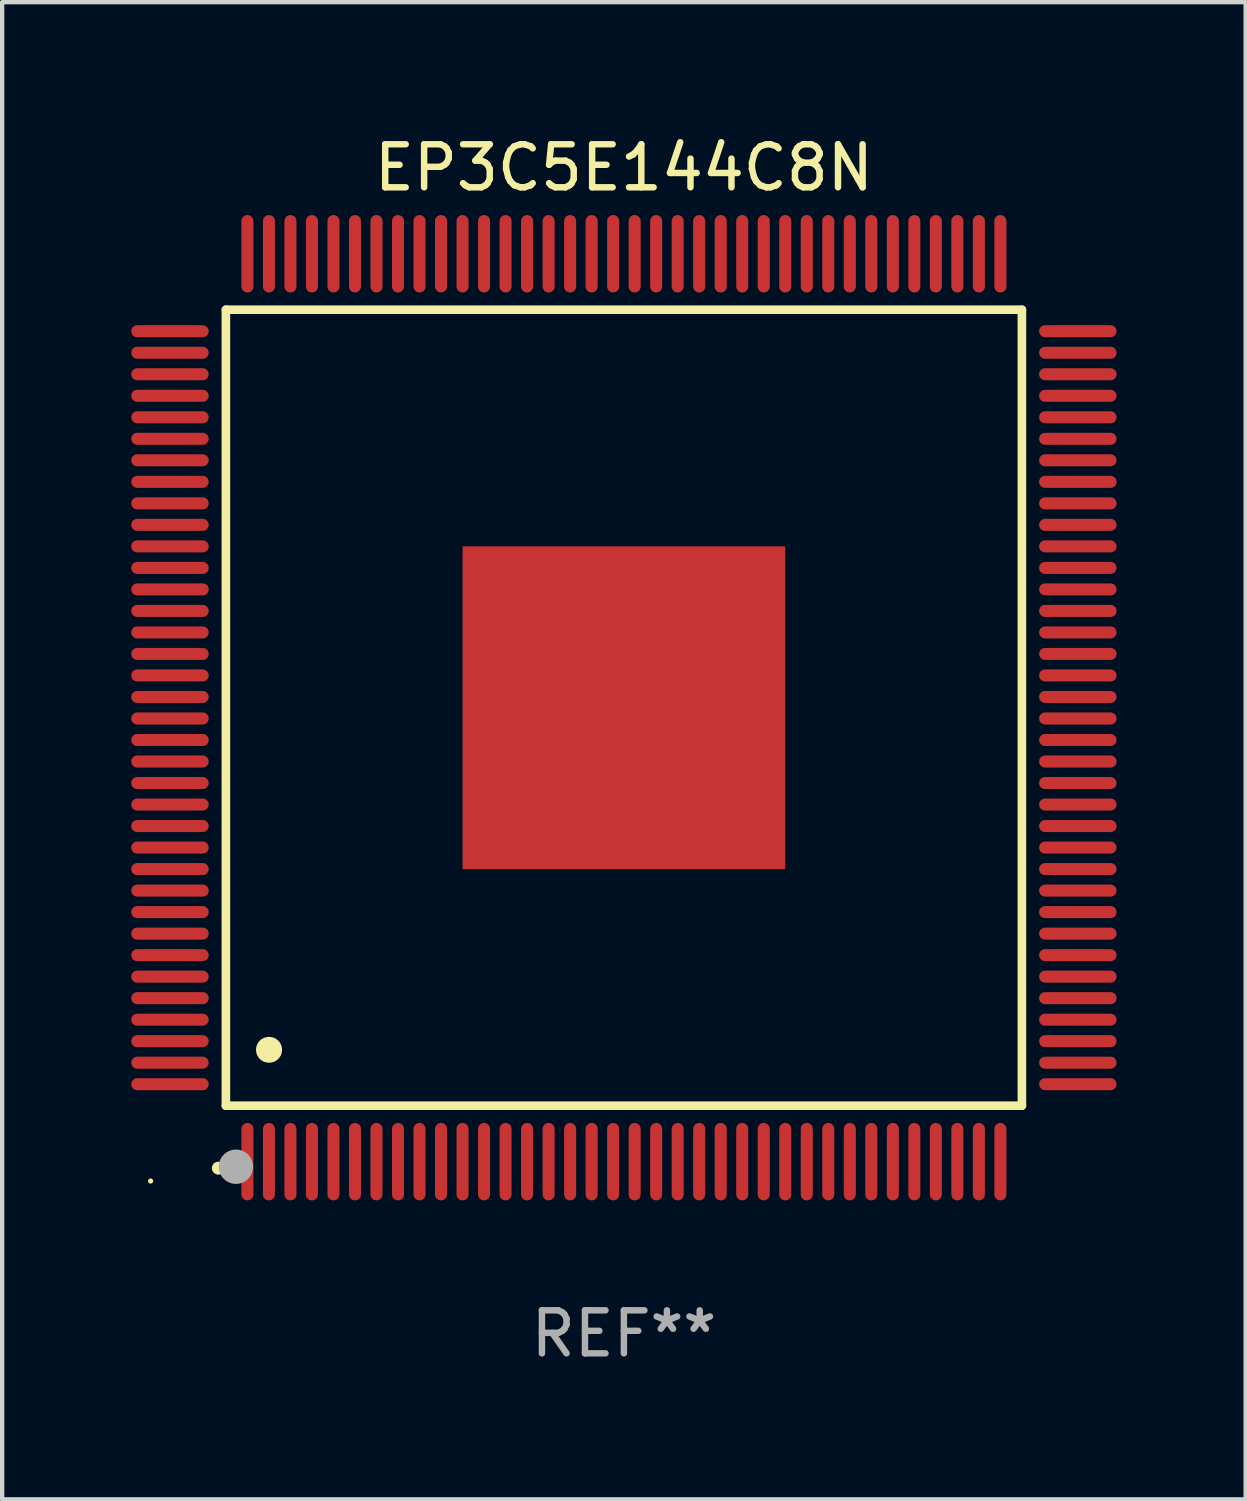
<source format=kicad_pcb>
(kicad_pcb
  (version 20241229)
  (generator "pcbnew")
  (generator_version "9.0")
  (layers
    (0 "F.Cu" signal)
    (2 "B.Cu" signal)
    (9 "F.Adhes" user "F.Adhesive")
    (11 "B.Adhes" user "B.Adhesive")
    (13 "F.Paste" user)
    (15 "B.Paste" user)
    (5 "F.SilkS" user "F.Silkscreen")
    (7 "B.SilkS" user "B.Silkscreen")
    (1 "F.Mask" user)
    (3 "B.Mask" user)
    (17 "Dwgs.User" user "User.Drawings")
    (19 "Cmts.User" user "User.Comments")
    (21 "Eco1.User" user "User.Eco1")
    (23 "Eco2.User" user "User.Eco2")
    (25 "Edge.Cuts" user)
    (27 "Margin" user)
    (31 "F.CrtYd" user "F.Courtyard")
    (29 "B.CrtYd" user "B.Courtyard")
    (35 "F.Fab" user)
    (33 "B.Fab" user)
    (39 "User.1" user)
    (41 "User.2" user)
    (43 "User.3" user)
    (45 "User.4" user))
  (footprint "EP3C5E144C8N"
    (layer "F.Cu")
    (at 11.45 13.398)
    (property "Reference" "EP3C5E144C8N" (at 0 -12.55 0) (layer "F.SilkS") (effects (font (size 1 1) (thickness 0.15))))
    (attr through_hole)
    (fp_line (start -9.25 -9.25) (end 9.25 -9.25) (stroke (width 0.2) (type solid)) (layer "F.SilkS"))
    (fp_line (start -9.25 9.25) (end -9.25 -9.25) (stroke (width 0.2) (type solid)) (layer "F.SilkS"))
    (fp_line (start 9.25 -9.25) (end 9.25 9.25) (stroke (width 0.2) (type solid)) (layer "F.SilkS"))
    (fp_line (start 9.25 9.25) (end -9.25 9.25) (stroke (width 0.2) (type solid)) (layer "F.SilkS"))
    (fp_arc (start -9.425959 10.701041) (mid -9.424689 10.701036) (end -9.423419 10.701041) (stroke (width 0.3) (type solid)) (layer "F.SilkS"))
    (fp_arc (start -8.249936 7.950216) (mid -8.247396 7.950205) (end -8.244856 7.950216) (stroke (width 0.6) (type solid)) (layer "F.SilkS"))
    (fp_circle (center -11 11) (end -10.97 11) (stroke (width 0.06) (type solid)) (fill no) (layer "F.SilkS"))
    (fp_circle (center -9.017 10.668) (end -8.817 10.668) (stroke (width 0.4) (type solid)) (fill no) (layer "F.Fab"))
    (fp_text user "REF**" (at 0 14.55 0) (layer "F.Fab") (effects (font (size 1 1) (thickness 0.15))))
    (pad "1" smd oval (at -8.75 10.55 180) (size 0.28 1.8) (layers "F.Cu" "F.Mask" "F.Paste"))
    (pad "2" smd oval (at -8.25 10.55 180) (size 0.28 1.8) (layers "F.Cu" "F.Mask" "F.Paste"))
    (pad "3" smd oval (at -7.75 10.55 180) (size 0.28 1.8) (layers "F.Cu" "F.Mask" "F.Paste"))
    (pad "4" smd oval (at -7.25 10.55 180) (size 0.28 1.8) (layers "F.Cu" "F.Mask" "F.Paste"))
    (pad "5" smd oval (at -6.75 10.55 180) (size 0.28 1.8) (layers "F.Cu" "F.Mask" "F.Paste"))
    (pad "6" smd oval (at -6.25 10.55 180) (size 0.28 1.8) (layers "F.Cu" "F.Mask" "F.Paste"))
    (pad "7" smd oval (at -5.75 10.55 180) (size 0.28 1.8) (layers "F.Cu" "F.Mask" "F.Paste"))
    (pad "8" smd oval (at -5.25 10.55 180) (size 0.28 1.8) (layers "F.Cu" "F.Mask" "F.Paste"))
    (pad "9" smd oval (at -4.75 10.55 180) (size 0.28 1.8) (layers "F.Cu" "F.Mask" "F.Paste"))
    (pad "10" smd oval (at -4.25 10.55 180) (size 0.28 1.8) (layers "F.Cu" "F.Mask" "F.Paste"))
    (pad "11" smd oval (at -3.75 10.55 180) (size 0.28 1.8) (layers "F.Cu" "F.Mask" "F.Paste"))
    (pad "12" smd oval (at -3.25 10.55 180) (size 0.28 1.8) (layers "F.Cu" "F.Mask" "F.Paste"))
    (pad "13" smd oval (at -2.75 10.55 180) (size 0.28 1.8) (layers "F.Cu" "F.Mask" "F.Paste"))
    (pad "14" smd oval (at -2.25 10.55 180) (size 0.28 1.8) (layers "F.Cu" "F.Mask" "F.Paste"))
    (pad "15" smd oval (at -1.75 10.55 180) (size 0.28 1.8) (layers "F.Cu" "F.Mask" "F.Paste"))
    (pad "16" smd oval (at -1.25 10.55 180) (size 0.28 1.8) (layers "F.Cu" "F.Mask" "F.Paste"))
    (pad "17" smd oval (at -0.75 10.55 180) (size 0.28 1.8) (layers "F.Cu" "F.Mask" "F.Paste"))
    (pad "18" smd oval (at -0.25 10.55 180) (size 0.28 1.8) (layers "F.Cu" "F.Mask" "F.Paste"))
    (pad "19" smd oval (at 0.25 10.55 180) (size 0.28 1.8) (layers "F.Cu" "F.Mask" "F.Paste"))
    (pad "20" smd oval (at 0.75 10.55 180) (size 0.28 1.8) (layers "F.Cu" "F.Mask" "F.Paste"))
    (pad "21" smd oval (at 1.25 10.55 180) (size 0.28 1.8) (layers "F.Cu" "F.Mask" "F.Paste"))
    (pad "22" smd oval (at 1.75 10.55 180) (size 0.28 1.8) (layers "F.Cu" "F.Mask" "F.Paste"))
    (pad "23" smd oval (at 2.25 10.55 180) (size 0.28 1.8) (layers "F.Cu" "F.Mask" "F.Paste"))
    (pad "24" smd oval (at 2.75 10.55 180) (size 0.28 1.8) (layers "F.Cu" "F.Mask" "F.Paste"))
    (pad "25" smd oval (at 3.25 10.55 180) (size 0.28 1.8) (layers "F.Cu" "F.Mask" "F.Paste"))
    (pad "26" smd oval (at 3.75 10.55 180) (size 0.28 1.8) (layers "F.Cu" "F.Mask" "F.Paste"))
    (pad "27" smd oval (at 4.25 10.55 180) (size 0.28 1.8) (layers "F.Cu" "F.Mask" "F.Paste"))
    (pad "28" smd oval (at 4.75 10.55 180) (size 0.28 1.8) (layers "F.Cu" "F.Mask" "F.Paste"))
    (pad "29" smd oval (at 5.25 10.55 180) (size 0.28 1.8) (layers "F.Cu" "F.Mask" "F.Paste"))
    (pad "30" smd oval (at 5.75 10.55 180) (size 0.28 1.8) (layers "F.Cu" "F.Mask" "F.Paste"))
    (pad "31" smd oval (at 6.25 10.55 180) (size 0.28 1.8) (layers "F.Cu" "F.Mask" "F.Paste"))
    (pad "32" smd oval (at 6.75 10.55 180) (size 0.28 1.8) (layers "F.Cu" "F.Mask" "F.Paste"))
    (pad "33" smd oval (at 7.25 10.55 180) (size 0.28 1.8) (layers "F.Cu" "F.Mask" "F.Paste"))
    (pad "34" smd oval (at 7.75 10.55 180) (size 0.28 1.8) (layers "F.Cu" "F.Mask" "F.Paste"))
    (pad "35" smd oval (at 8.25 10.55 180) (size 0.28 1.8) (layers "F.Cu" "F.Mask" "F.Paste"))
    (pad "36" smd oval (at 8.75 10.55 180) (size 0.28 1.8) (layers "F.Cu" "F.Mask" "F.Paste"))
    (pad "37" smd oval (at 10.55 8.75 90) (size 0.28 1.8) (layers "F.Cu" "F.Mask" "F.Paste"))
    (pad "38" smd oval (at 10.55 8.25 90) (size 0.28 1.8) (layers "F.Cu" "F.Mask" "F.Paste"))
    (pad "39" smd oval (at 10.55 7.75 90) (size 0.28 1.8) (layers "F.Cu" "F.Mask" "F.Paste"))
    (pad "40" smd oval (at 10.55 7.25 90) (size 0.28 1.8) (layers "F.Cu" "F.Mask" "F.Paste"))
    (pad "41" smd oval (at 10.55 6.75 90) (size 0.28 1.8) (layers "F.Cu" "F.Mask" "F.Paste"))
    (pad "42" smd oval (at 10.55 6.25 90) (size 0.28 1.8) (layers "F.Cu" "F.Mask" "F.Paste"))
    (pad "43" smd oval (at 10.55 5.75 90) (size 0.28 1.8) (layers "F.Cu" "F.Mask" "F.Paste"))
    (pad "44" smd oval (at 10.55 5.25 90) (size 0.28 1.8) (layers "F.Cu" "F.Mask" "F.Paste"))
    (pad "45" smd oval (at 10.55 4.75 90) (size 0.28 1.8) (layers "F.Cu" "F.Mask" "F.Paste"))
    (pad "46" smd oval (at 10.55 4.25 90) (size 0.28 1.8) (layers "F.Cu" "F.Mask" "F.Paste"))
    (pad "47" smd oval (at 10.55 3.75 90) (size 0.28 1.8) (layers "F.Cu" "F.Mask" "F.Paste"))
    (pad "48" smd oval (at 10.55 3.25 90) (size 0.28 1.8) (layers "F.Cu" "F.Mask" "F.Paste"))
    (pad "49" smd oval (at 10.55 2.75 90) (size 0.28 1.8) (layers "F.Cu" "F.Mask" "F.Paste"))
    (pad "50" smd oval (at 10.55 2.25 90) (size 0.28 1.8) (layers "F.Cu" "F.Mask" "F.Paste"))
    (pad "51" smd oval (at 10.55 1.75 90) (size 0.28 1.8) (layers "F.Cu" "F.Mask" "F.Paste"))
    (pad "52" smd oval (at 10.55 1.25 90) (size 0.28 1.8) (layers "F.Cu" "F.Mask" "F.Paste"))
    (pad "53" smd oval (at 10.55 0.75 90) (size 0.28 1.8) (layers "F.Cu" "F.Mask" "F.Paste"))
    (pad "54" smd oval (at 10.55 0.25 90) (size 0.28 1.8) (layers "F.Cu" "F.Mask" "F.Paste"))
    (pad "55" smd oval (at 10.55 -0.25 90) (size 0.28 1.8) (layers "F.Cu" "F.Mask" "F.Paste"))
    (pad "56" smd oval (at 10.55 -0.75 90) (size 0.28 1.8) (layers "F.Cu" "F.Mask" "F.Paste"))
    (pad "57" smd oval (at 10.55 -1.25 90) (size 0.28 1.8) (layers "F.Cu" "F.Mask" "F.Paste"))
    (pad "58" smd oval (at 10.55 -1.75 90) (size 0.28 1.8) (layers "F.Cu" "F.Mask" "F.Paste"))
    (pad "59" smd oval (at 10.55 -2.25 90) (size 0.28 1.8) (layers "F.Cu" "F.Mask" "F.Paste"))
    (pad "60" smd oval (at 10.55 -2.75 90) (size 0.28 1.8) (layers "F.Cu" "F.Mask" "F.Paste"))
    (pad "61" smd oval (at 10.55 -3.25 90) (size 0.28 1.8) (layers "F.Cu" "F.Mask" "F.Paste"))
    (pad "62" smd oval (at 10.55 -3.75 90) (size 0.28 1.8) (layers "F.Cu" "F.Mask" "F.Paste"))
    (pad "63" smd oval (at 10.55 -4.25 90) (size 0.28 1.8) (layers "F.Cu" "F.Mask" "F.Paste"))
    (pad "64" smd oval (at 10.55 -4.75 90) (size 0.28 1.8) (layers "F.Cu" "F.Mask" "F.Paste"))
    (pad "65" smd oval (at 10.55 -5.25 90) (size 0.28 1.8) (layers "F.Cu" "F.Mask" "F.Paste"))
    (pad "66" smd oval (at 10.55 -5.75 90) (size 0.28 1.8) (layers "F.Cu" "F.Mask" "F.Paste"))
    (pad "67" smd oval (at 10.55 -6.25 90) (size 0.28 1.8) (layers "F.Cu" "F.Mask" "F.Paste"))
    (pad "68" smd oval (at 10.55 -6.75 90) (size 0.28 1.8) (layers "F.Cu" "F.Mask" "F.Paste"))
    (pad "69" smd oval (at 10.55 -7.25 90) (size 0.28 1.8) (layers "F.Cu" "F.Mask" "F.Paste"))
    (pad "70" smd oval (at 10.55 -7.75 90) (size 0.28 1.8) (layers "F.Cu" "F.Mask" "F.Paste"))
    (pad "71" smd oval (at 10.55 -8.25 90) (size 0.28 1.8) (layers "F.Cu" "F.Mask" "F.Paste"))
    (pad "72" smd oval (at 10.55 -8.75 90) (size 0.28 1.8) (layers "F.Cu" "F.Mask" "F.Paste"))
    (pad "73" smd oval (at 8.75 -10.55 180) (size 0.28 1.8) (layers "F.Cu" "F.Mask" "F.Paste"))
    (pad "74" smd oval (at 8.25 -10.55 180) (size 0.28 1.8) (layers "F.Cu" "F.Mask" "F.Paste"))
    (pad "75" smd oval (at 7.75 -10.55 180) (size 0.28 1.8) (layers "F.Cu" "F.Mask" "F.Paste"))
    (pad "76" smd oval (at 7.25 -10.55 180) (size 0.28 1.8) (layers "F.Cu" "F.Mask" "F.Paste"))
    (pad "77" smd oval (at 6.75 -10.55 180) (size 0.28 1.8) (layers "F.Cu" "F.Mask" "F.Paste"))
    (pad "78" smd oval (at 6.25 -10.55 180) (size 0.28 1.8) (layers "F.Cu" "F.Mask" "F.Paste"))
    (pad "79" smd oval (at 5.75 -10.55 180) (size 0.28 1.8) (layers "F.Cu" "F.Mask" "F.Paste"))
    (pad "80" smd oval (at 5.25 -10.55 180) (size 0.28 1.8) (layers "F.Cu" "F.Mask" "F.Paste"))
    (pad "81" smd oval (at 4.75 -10.55 180) (size 0.28 1.8) (layers "F.Cu" "F.Mask" "F.Paste"))
    (pad "82" smd oval (at 4.25 -10.55 180) (size 0.28 1.8) (layers "F.Cu" "F.Mask" "F.Paste"))
    (pad "83" smd oval (at 3.75 -10.55 180) (size 0.28 1.8) (layers "F.Cu" "F.Mask" "F.Paste"))
    (pad "84" smd oval (at 3.25 -10.55 180) (size 0.28 1.8) (layers "F.Cu" "F.Mask" "F.Paste"))
    (pad "85" smd oval (at 2.75 -10.55 180) (size 0.28 1.8) (layers "F.Cu" "F.Mask" "F.Paste"))
    (pad "86" smd oval (at 2.25 -10.55 180) (size 0.28 1.8) (layers "F.Cu" "F.Mask" "F.Paste"))
    (pad "87" smd oval (at 1.75 -10.55 180) (size 0.28 1.8) (layers "F.Cu" "F.Mask" "F.Paste"))
    (pad "88" smd oval (at 1.25 -10.55 180) (size 0.28 1.8) (layers "F.Cu" "F.Mask" "F.Paste"))
    (pad "89" smd oval (at 0.75 -10.55 180) (size 0.28 1.8) (layers "F.Cu" "F.Mask" "F.Paste"))
    (pad "90" smd oval (at 0.25 -10.55 180) (size 0.28 1.8) (layers "F.Cu" "F.Mask" "F.Paste"))
    (pad "91" smd oval (at -0.25 -10.55 180) (size 0.28 1.8) (layers "F.Cu" "F.Mask" "F.Paste"))
    (pad "92" smd oval (at -0.75 -10.55 180) (size 0.28 1.8) (layers "F.Cu" "F.Mask" "F.Paste"))
    (pad "93" smd oval (at -1.25 -10.55 180) (size 0.28 1.8) (layers "F.Cu" "F.Mask" "F.Paste"))
    (pad "94" smd oval (at -1.75 -10.55 180) (size 0.28 1.8) (layers "F.Cu" "F.Mask" "F.Paste"))
    (pad "95" smd oval (at -2.25 -10.55 180) (size 0.28 1.8) (layers "F.Cu" "F.Mask" "F.Paste"))
    (pad "96" smd oval (at -2.75 -10.55 180) (size 0.28 1.8) (layers "F.Cu" "F.Mask" "F.Paste"))
    (pad "97" smd oval (at -3.25 -10.55 180) (size 0.28 1.8) (layers "F.Cu" "F.Mask" "F.Paste"))
    (pad "98" smd oval (at -3.75 -10.55 180) (size 0.28 1.8) (layers "F.Cu" "F.Mask" "F.Paste"))
    (pad "99" smd oval (at -4.25 -10.55 180) (size 0.28 1.8) (layers "F.Cu" "F.Mask" "F.Paste"))
    (pad "100" smd oval (at -4.75 -10.55 180) (size 0.28 1.8) (layers "F.Cu" "F.Mask" "F.Paste"))
    (pad "101" smd oval (at -5.25 -10.55 180) (size 0.28 1.8) (layers "F.Cu" "F.Mask" "F.Paste"))
    (pad "102" smd oval (at -5.75 -10.55 180) (size 0.28 1.8) (layers "F.Cu" "F.Mask" "F.Paste"))
    (pad "103" smd oval (at -6.25 -10.55 180) (size 0.28 1.8) (layers "F.Cu" "F.Mask" "F.Paste"))
    (pad "104" smd oval (at -6.75 -10.55 180) (size 0.28 1.8) (layers "F.Cu" "F.Mask" "F.Paste"))
    (pad "105" smd oval (at -7.25 -10.55 180) (size 0.28 1.8) (layers "F.Cu" "F.Mask" "F.Paste"))
    (pad "106" smd oval (at -7.75 -10.55 180) (size 0.28 1.8) (layers "F.Cu" "F.Mask" "F.Paste"))
    (pad "107" smd oval (at -8.25 -10.55 180) (size 0.28 1.8) (layers "F.Cu" "F.Mask" "F.Paste"))
    (pad "108" smd oval (at -8.75 -10.55 180) (size 0.28 1.8) (layers "F.Cu" "F.Mask" "F.Paste"))
    (pad "109" smd oval (at -10.55 -8.75 90) (size 0.28 1.8) (layers "F.Cu" "F.Mask" "F.Paste"))
    (pad "110" smd oval (at -10.55 -8.25 90) (size 0.28 1.8) (layers "F.Cu" "F.Mask" "F.Paste"))
    (pad "111" smd oval (at -10.55 -7.75 90) (size 0.28 1.8) (layers "F.Cu" "F.Mask" "F.Paste"))
    (pad "112" smd oval (at -10.55 -7.25 90) (size 0.28 1.8) (layers "F.Cu" "F.Mask" "F.Paste"))
    (pad "113" smd oval (at -10.55 -6.75 90) (size 0.28 1.8) (layers "F.Cu" "F.Mask" "F.Paste"))
    (pad "114" smd oval (at -10.55 -6.25 90) (size 0.28 1.8) (layers "F.Cu" "F.Mask" "F.Paste"))
    (pad "115" smd oval (at -10.55 -5.75 90) (size 0.28 1.8) (layers "F.Cu" "F.Mask" "F.Paste"))
    (pad "116" smd oval (at -10.55 -5.25 90) (size 0.28 1.8) (layers "F.Cu" "F.Mask" "F.Paste"))
    (pad "117" smd oval (at -10.55 -4.75 90) (size 0.28 1.8) (layers "F.Cu" "F.Mask" "F.Paste"))
    (pad "118" smd oval (at -10.55 -4.25 90) (size 0.28 1.8) (layers "F.Cu" "F.Mask" "F.Paste"))
    (pad "119" smd oval (at -10.55 -3.75 90) (size 0.28 1.8) (layers "F.Cu" "F.Mask" "F.Paste"))
    (pad "120" smd oval (at -10.55 -3.25 90) (size 0.28 1.8) (layers "F.Cu" "F.Mask" "F.Paste"))
    (pad "121" smd oval (at -10.55 -2.75 90) (size 0.28 1.8) (layers "F.Cu" "F.Mask" "F.Paste"))
    (pad "122" smd oval (at -10.55 -2.25 90) (size 0.28 1.8) (layers "F.Cu" "F.Mask" "F.Paste"))
    (pad "123" smd oval (at -10.55 -1.75 90) (size 0.28 1.8) (layers "F.Cu" "F.Mask" "F.Paste"))
    (pad "124" smd oval (at -10.55 -1.25 90) (size 0.28 1.8) (layers "F.Cu" "F.Mask" "F.Paste"))
    (pad "125" smd oval (at -10.55 -0.75 90) (size 0.28 1.8) (layers "F.Cu" "F.Mask" "F.Paste"))
    (pad "126" smd oval (at -10.55 -0.25 90) (size 0.28 1.8) (layers "F.Cu" "F.Mask" "F.Paste"))
    (pad "127" smd oval (at -10.55 0.25 90) (size 0.28 1.8) (layers "F.Cu" "F.Mask" "F.Paste"))
    (pad "128" smd oval (at -10.55 0.75 90) (size 0.28 1.8) (layers "F.Cu" "F.Mask" "F.Paste"))
    (pad "129" smd oval (at -10.55 1.25 90) (size 0.28 1.8) (layers "F.Cu" "F.Mask" "F.Paste"))
    (pad "130" smd oval (at -10.55 1.75 90) (size 0.28 1.8) (layers "F.Cu" "F.Mask" "F.Paste"))
    (pad "131" smd oval (at -10.55 2.25 90) (size 0.28 1.8) (layers "F.Cu" "F.Mask" "F.Paste"))
    (pad "132" smd oval (at -10.55 2.75 90) (size 0.28 1.8) (layers "F.Cu" "F.Mask" "F.Paste"))
    (pad "133" smd oval (at -10.55 3.25 90) (size 0.28 1.8) (layers "F.Cu" "F.Mask" "F.Paste"))
    (pad "134" smd oval (at -10.55 3.75 90) (size 0.28 1.8) (layers "F.Cu" "F.Mask" "F.Paste"))
    (pad "135" smd oval (at -10.55 4.25 90) (size 0.28 1.8) (layers "F.Cu" "F.Mask" "F.Paste"))
    (pad "136" smd oval (at -10.55 4.75 90) (size 0.28 1.8) (layers "F.Cu" "F.Mask" "F.Paste"))
    (pad "137" smd oval (at -10.55 5.25 90) (size 0.28 1.8) (layers "F.Cu" "F.Mask" "F.Paste"))
    (pad "138" smd oval (at -10.55 5.75 90) (size 0.28 1.8) (layers "F.Cu" "F.Mask" "F.Paste"))
    (pad "139" smd oval (at -10.55 6.25 90) (size 0.28 1.8) (layers "F.Cu" "F.Mask" "F.Paste"))
    (pad "140" smd oval (at -10.55 6.75 90) (size 0.28 1.8) (layers "F.Cu" "F.Mask" "F.Paste"))
    (pad "141" smd oval (at -10.55 7.25 90) (size 0.28 1.8) (layers "F.Cu" "F.Mask" "F.Paste"))
    (pad "142" smd oval (at -10.55 7.75 90) (size 0.28 1.8) (layers "F.Cu" "F.Mask" "F.Paste"))
    (pad "143" smd oval (at -10.55 8.25 90) (size 0.28 1.8) (layers "F.Cu" "F.Mask" "F.Paste"))
    (pad "144" smd oval (at -10.55 8.75 90) (size 0.28 1.8) (layers "F.Cu" "F.Mask" "F.Paste"))
    (pad "145" smd rect (at 0 0 90) (size 7.5 7.5) (layers "F.Cu" "F.Mask" "F.Paste")))
  (gr_rect
    (start -3 -3)
    (end 25.9 31.796)
    (stroke (width 0.1) (type default))
    (fill no)
    (layer "Edge.Cuts")))
</source>
